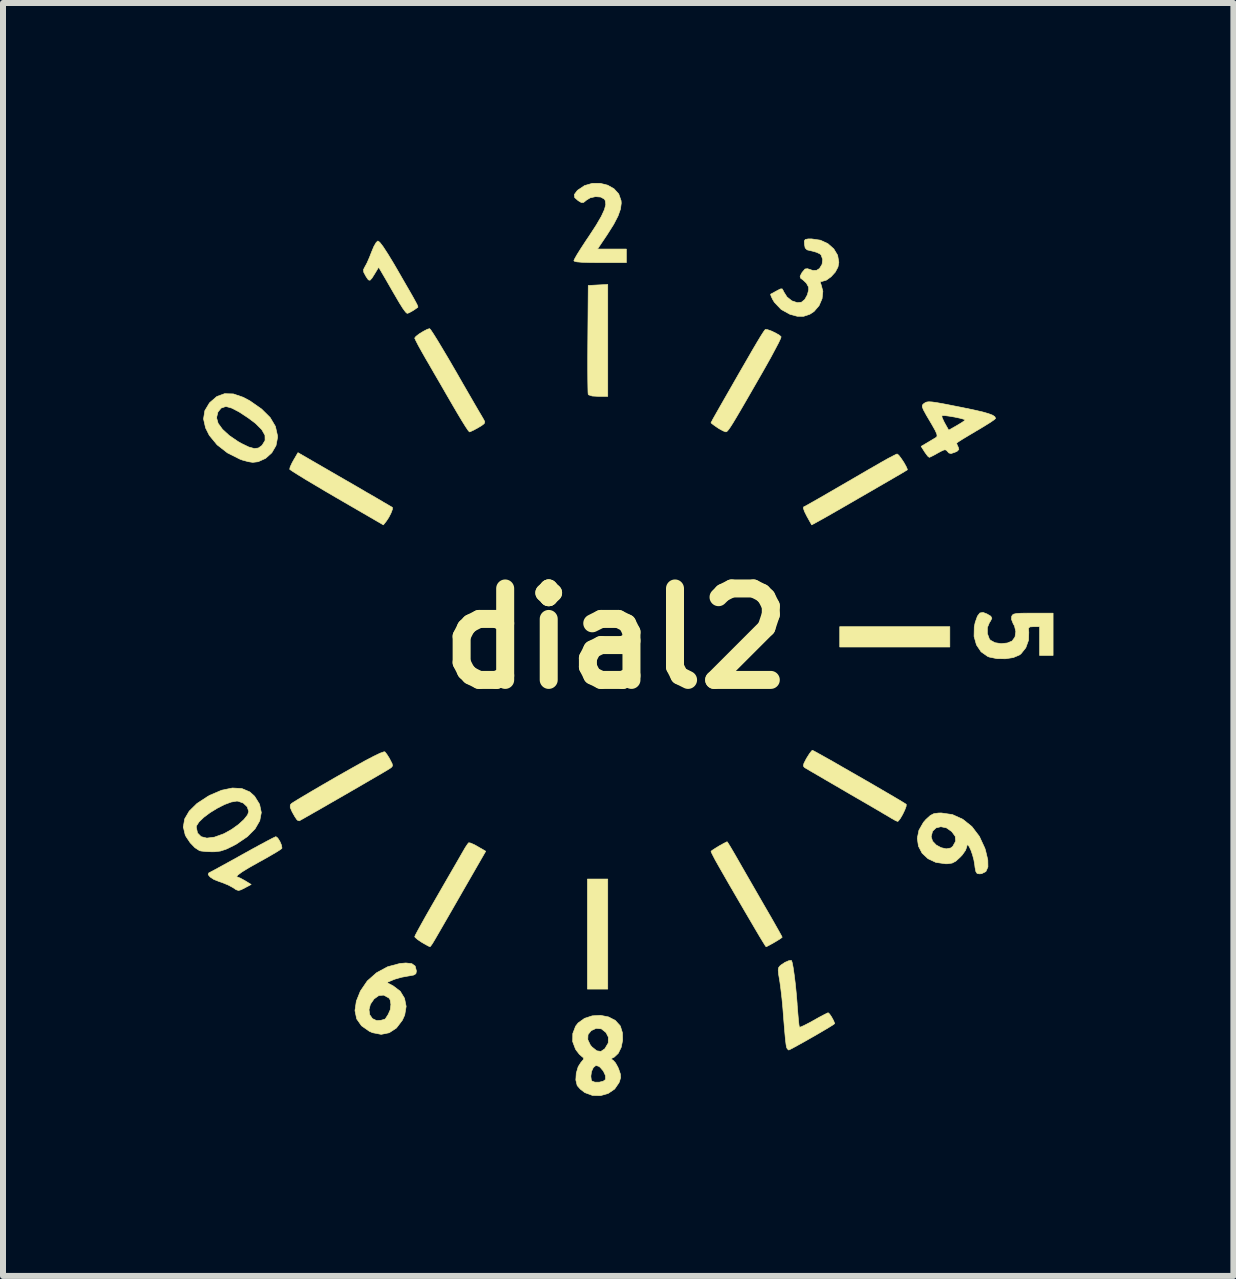
<source format=kicad_pcb>
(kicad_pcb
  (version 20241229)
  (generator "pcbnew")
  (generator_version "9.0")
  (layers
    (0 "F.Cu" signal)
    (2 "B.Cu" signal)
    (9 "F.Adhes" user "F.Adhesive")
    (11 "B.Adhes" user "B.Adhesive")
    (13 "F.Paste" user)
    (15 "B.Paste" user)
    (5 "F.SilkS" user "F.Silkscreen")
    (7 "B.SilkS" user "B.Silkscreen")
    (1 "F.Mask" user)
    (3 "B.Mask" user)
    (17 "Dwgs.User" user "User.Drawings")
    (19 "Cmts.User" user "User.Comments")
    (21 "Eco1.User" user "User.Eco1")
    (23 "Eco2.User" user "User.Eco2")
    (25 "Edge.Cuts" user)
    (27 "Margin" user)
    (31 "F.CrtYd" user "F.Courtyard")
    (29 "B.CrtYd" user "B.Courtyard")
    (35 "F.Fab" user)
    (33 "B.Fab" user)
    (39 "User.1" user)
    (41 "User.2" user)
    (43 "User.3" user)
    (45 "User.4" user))
  (footprint "dial2"
    (layer "F.Cu")
    (at 7.22 7.592)
    (property "Reference" "dial2" (at 0 0 0) (layer "F.SilkS") (effects (font (size 1.524 1.524) (thickness 0.3))))
    (attr through_hole)
    (fp_poly (pts (xy -0.141 5.842) (xy -0.48 5.842) (xy -0.48 4.008) (xy -0.141 4.008) (xy -0.141 5.842)) (stroke (width 0.01) (type solid)) (fill yes) (layer "F.SilkS"))
    (fp_poly (pts (xy 5.56 0.141) (xy 3.725 0.141) (xy 3.725 -0.198) (xy 5.56 -0.198) (xy 5.56 0.141)) (stroke (width 0.01) (type solid)) (fill yes) (layer "F.SilkS"))
    (fp_poly (pts (xy -0.141 -4.036) (xy -0.297 -4.036) (xy -0.401 -4.042) (xy -0.459 -4.061) (xy -0.467 -4.071) (xy -0.47 -4.107) (xy -0.472 -4.193) (xy -0.474 -4.32) (xy -0.475 -4.483) (xy -0.475 -4.674) (xy -0.474 -4.886) (xy -0.473 -4.996) (xy -0.466 -5.884) (xy -0.303 -5.893) (xy -0.141 -5.901) (xy -0.141 -4.036)) (stroke (width 0.01) (type solid)) (fill yes) (layer "F.SilkS"))
    (fp_poly (pts (xy -4.522 -2.646) (xy -4.331 -2.536) (xy -4.157 -2.434) (xy -4.004 -2.346) (xy -3.88 -2.273) (xy -3.789 -2.22) (xy -3.738 -2.19) (xy -3.729 -2.184) (xy -3.73 -2.153) (xy -3.753 -2.092) (xy -3.789 -2.021) (xy -3.83 -1.958) (xy -3.832 -1.956) (xy -3.881 -1.894) (xy -4.657 -2.344) (xy -4.847 -2.455) (xy -5.02 -2.558) (xy -5.172 -2.648) (xy -5.295 -2.724) (xy -5.384 -2.78) (xy -5.434 -2.814) (xy -5.442 -2.821) (xy -5.434 -2.859) (xy -5.403 -2.926) (xy -5.377 -2.973) (xy -5.304 -3.098) (xy -4.522 -2.646)) (stroke (width 0.01) (type solid)) (fill yes) (layer "F.SilkS"))
    (fp_poly (pts (xy -2.425 3.409) (xy -2.36 3.438) (xy -2.307 3.468) (xy -2.175 3.545) (xy -2.564 4.221) (xy -2.669 4.404) (xy -2.769 4.578) (xy -2.859 4.734) (xy -2.934 4.864) (xy -2.99 4.961) (xy -3.022 5.016) (xy -3.064 5.086) (xy -3.095 5.129) (xy -3.104 5.136) (xy -3.135 5.123) (xy -3.196 5.089) (xy -3.239 5.064) (xy -3.308 5.018) (xy -3.351 4.981) (xy -3.358 4.968) (xy -3.345 4.938) (xy -3.307 4.866) (xy -3.248 4.759) (xy -3.172 4.623) (xy -3.083 4.467) (xy -3.003 4.328) (xy -2.9 4.149) (xy -2.802 3.979) (xy -2.713 3.825) (xy -2.639 3.697) (xy -2.585 3.603) (xy -2.562 3.563) (xy -2.515 3.482) (xy -2.476 3.424) (xy -2.458 3.403) (xy -2.425 3.409)) (stroke (width 0.01) (type solid)) (fill yes) (layer "F.SilkS"))
    (fp_poly (pts (xy 4.709 -3.055) (xy 4.749 -3.002) (xy 4.794 -2.935) (xy 4.831 -2.869) (xy 4.851 -2.823) (xy 4.851 -2.811) (xy 4.823 -2.794) (xy 4.755 -2.753) (xy 4.652 -2.693) (xy 4.523 -2.618) (xy 4.374 -2.532) (xy 4.214 -2.439) (xy 4.049 -2.344) (xy 3.887 -2.25) (xy 3.736 -2.163) (xy 3.603 -2.087) (xy 3.495 -2.025) (xy 3.42 -1.983) (xy 3.4 -1.972) (xy 3.258 -1.894) (xy 3.177 -2.039) (xy 3.138 -2.117) (xy 3.119 -2.173) (xy 3.123 -2.193) (xy 3.145 -2.204) (xy 3.193 -2.23) (xy 3.272 -2.275) (xy 3.383 -2.338) (xy 3.53 -2.423) (xy 3.716 -2.531) (xy 3.944 -2.663) (xy 4.217 -2.822) (xy 4.296 -2.867) (xy 4.424 -2.941) (xy 4.536 -3.004) (xy 4.623 -3.049) (xy 4.674 -3.074) (xy 4.682 -3.076) (xy 4.709 -3.055)) (stroke (width 0.01) (type solid)) (fill yes) (layer "F.SilkS"))
    (fp_poly (pts (xy -3.942 -6.605) (xy -3.887 -6.534) (xy -3.808 -6.413) (xy -3.706 -6.245) (xy -3.649 -6.147) (xy -3.539 -5.956) (xy -3.454 -5.809) (xy -3.391 -5.699) (xy -3.348 -5.621) (xy -3.321 -5.57) (xy -3.308 -5.539) (xy -3.305 -5.524) (xy -3.307 -5.52) (xy -3.387 -5.465) (xy -3.454 -5.428) (xy -3.485 -5.419) (xy -3.511 -5.442) (xy -3.556 -5.503) (xy -3.612 -5.592) (xy -3.639 -5.638) (xy -3.712 -5.763) (xy -3.788 -5.895) (xy -3.853 -6.008) (xy -3.862 -6.023) (xy -3.959 -6.189) (xy -4.021 -6.086) (xy -4.071 -6.006) (xy -4.104 -5.971) (xy -4.131 -5.978) (xy -4.163 -6.024) (xy -4.173 -6.04) (xy -4.208 -6.105) (xy -4.212 -6.148) (xy -4.188 -6.196) (xy -4.185 -6.2) (xy -4.152 -6.262) (xy -4.111 -6.356) (xy -4.077 -6.443) (xy -4.039 -6.534) (xy -4.001 -6.6) (xy -3.973 -6.626) (xy -3.942 -6.605)) (stroke (width 0.01) (type solid)) (fill yes) (layer "F.SilkS"))
    (fp_poly (pts (xy -3.856 1.888) (xy -3.823 1.929) (xy -3.78 1.997) (xy -3.769 2.019) (xy -3.735 2.085) (xy -3.728 2.122) (xy -3.748 2.148) (xy -3.769 2.163) (xy -3.802 2.184) (xy -3.876 2.228) (xy -3.985 2.292) (xy -4.12 2.37) (xy -4.274 2.46) (xy -4.44 2.556) (xy -4.61 2.654) (xy -4.777 2.75) (xy -4.933 2.84) (xy -5.072 2.919) (xy -5.184 2.983) (xy -5.264 3.028) (xy -5.281 3.038) (xy -5.312 3.028) (xy -5.327 3.012) (xy -5.358 2.965) (xy -5.398 2.894) (xy -5.404 2.882) (xy -5.433 2.815) (xy -5.432 2.774) (xy -5.414 2.751) (xy -5.381 2.729) (xy -5.305 2.682) (xy -5.193 2.615) (xy -5.051 2.531) (xy -4.885 2.434) (xy -4.702 2.328) (xy -4.632 2.288) (xy -4.388 2.15) (xy -4.191 2.04) (xy -4.04 1.961) (xy -3.934 1.91) (xy -3.872 1.888) (xy -3.856 1.888)) (stroke (width 0.01) (type solid)) (fill yes) (layer "F.SilkS"))
    (fp_poly (pts (xy -3.089 -5.141) (xy -3.045 -5.075) (xy -2.98 -4.971) (xy -2.899 -4.836) (xy -2.804 -4.677) (xy -2.7 -4.498) (xy -2.665 -4.438) (xy -2.558 -4.251) (xy -2.458 -4.078) (xy -2.37 -3.926) (xy -2.297 -3.8) (xy -2.243 -3.709) (xy -2.213 -3.657) (xy -2.209 -3.651) (xy -2.191 -3.613) (xy -2.199 -3.584) (xy -2.243 -3.549) (xy -2.297 -3.517) (xy -2.373 -3.475) (xy -2.429 -3.449) (xy -2.446 -3.444) (xy -2.467 -3.467) (xy -2.511 -3.532) (xy -2.572 -3.63) (xy -2.647 -3.755) (xy -2.723 -3.885) (xy -2.824 -4.059) (xy -2.931 -4.245) (xy -3.037 -4.427) (xy -3.129 -4.587) (xy -3.168 -4.653) (xy -3.238 -4.776) (xy -3.297 -4.882) (xy -3.338 -4.962) (xy -3.358 -5.005) (xy -3.358 -5.009) (xy -3.336 -5.037) (xy -3.281 -5.079) (xy -3.212 -5.121) (xy -3.148 -5.154) (xy -3.11 -5.165) (xy -3.089 -5.141)) (stroke (width 0.01) (type solid)) (fill yes) (layer "F.SilkS"))
    (fp_poly (pts (xy 2.522 -5.148) (xy 2.587 -5.125) (xy 2.66 -5.09) (xy 2.721 -5.054) (xy 2.748 -5.029) (xy 2.739 -4.999) (xy 2.705 -4.927) (xy 2.649 -4.821) (xy 2.577 -4.686) (xy 2.49 -4.531) (xy 2.424 -4.415) (xy 2.283 -4.17) (xy 2.168 -3.97) (xy 2.075 -3.81) (xy 2.002 -3.686) (xy 1.946 -3.593) (xy 1.904 -3.527) (xy 1.874 -3.484) (xy 1.853 -3.459) (xy 1.838 -3.447) (xy 1.826 -3.445) (xy 1.783 -3.46) (xy 1.715 -3.497) (xy 1.686 -3.516) (xy 1.623 -3.56) (xy 1.585 -3.59) (xy 1.58 -3.597) (xy 1.589 -3.614) (xy 1.614 -3.662) (xy 1.659 -3.741) (xy 1.724 -3.856) (xy 1.811 -4.008) (xy 1.921 -4.2) (xy 2.056 -4.436) (xy 2.218 -4.716) (xy 2.269 -4.805) (xy 2.341 -4.927) (xy 2.404 -5.032) (xy 2.453 -5.109) (xy 2.482 -5.148) (xy 2.485 -5.151) (xy 2.522 -5.148)) (stroke (width 0.01) (type solid)) (fill yes) (layer "F.SilkS"))
    (fp_poly (pts (xy 1.865 3.41) (xy 1.904 3.473) (xy 1.96 3.568) (xy 2.028 3.686) (xy 2.054 3.732) (xy 2.139 3.88) (xy 2.242 4.059) (xy 2.352 4.25) (xy 2.459 4.436) (xy 2.509 4.522) (xy 2.591 4.664) (xy 2.662 4.789) (xy 2.718 4.888) (xy 2.754 4.954) (xy 2.766 4.978) (xy 2.744 4.996) (xy 2.69 5.031) (xy 2.621 5.072) (xy 2.554 5.109) (xy 2.508 5.133) (xy 2.497 5.136) (xy 2.481 5.114) (xy 2.442 5.051) (xy 2.386 4.959) (xy 2.32 4.847) (xy 2.32 4.847) (xy 2.147 4.552) (xy 2.002 4.303) (xy 1.881 4.095) (xy 1.784 3.926) (xy 1.708 3.793) (xy 1.651 3.692) (xy 1.613 3.619) (xy 1.59 3.573) (xy 1.581 3.548) (xy 1.58 3.546) (xy 1.602 3.528) (xy 1.656 3.493) (xy 1.725 3.451) (xy 1.792 3.414) (xy 1.839 3.39) (xy 1.849 3.387) (xy 1.865 3.41)) (stroke (width 0.01) (type solid)) (fill yes) (layer "F.SilkS"))
    (fp_poly (pts (xy 3.298 1.876) (xy 3.367 1.914) (xy 3.471 1.972) (xy 3.603 2.046) (xy 3.754 2.133) (xy 3.918 2.227) (xy 4.087 2.324) (xy 4.256 2.421) (xy 4.415 2.514) (xy 4.559 2.598) (xy 4.68 2.669) (xy 4.77 2.723) (xy 4.823 2.756) (xy 4.834 2.763) (xy 4.832 2.796) (xy 4.809 2.858) (xy 4.774 2.931) (xy 4.735 2.998) (xy 4.702 3.041) (xy 4.69 3.048) (xy 4.655 3.034) (xy 4.595 3) (xy 4.586 2.995) (xy 4.54 2.967) (xy 4.451 2.915) (xy 4.329 2.843) (xy 4.18 2.756) (xy 4.012 2.659) (xy 3.838 2.558) (xy 3.662 2.455) (xy 3.5 2.361) (xy 3.36 2.279) (xy 3.248 2.214) (xy 3.171 2.169) (xy 3.137 2.148) (xy 3.137 2.148) (xy 3.119 2.124) (xy 3.128 2.081) (xy 3.166 2.007) (xy 3.174 1.993) (xy 3.22 1.92) (xy 3.256 1.873) (xy 3.27 1.863) (xy 3.298 1.876)) (stroke (width 0.01) (type solid)) (fill yes) (layer "F.SilkS"))
    (fp_poly (pts (xy -5.641 3.325) (xy -5.606 3.38) (xy -5.579 3.443) (xy -5.571 3.491) (xy -5.574 3.499) (xy -5.603 3.521) (xy -5.673 3.565) (xy -5.774 3.624) (xy -5.897 3.694) (xy -5.956 3.726) (xy -6.123 3.82) (xy -6.24 3.892) (xy -6.307 3.942) (xy -6.326 3.971) (xy -6.301 3.979) (xy -6.265 3.993) (xy -6.203 4.027) (xy -6.182 4.039) (xy -6.084 4.099) (xy -6.182 4.151) (xy -6.252 4.187) (xy -6.295 4.199) (xy -6.335 4.186) (xy -6.392 4.148) (xy -6.471 4.106) (xy -6.573 4.065) (xy -6.623 4.048) (xy -6.706 4.015) (xy -6.768 3.974) (xy -6.8 3.935) (xy -6.791 3.907) (xy -6.781 3.902) (xy -6.751 3.886) (xy -6.678 3.847) (xy -6.572 3.789) (xy -6.439 3.716) (xy -6.286 3.631) (xy -6.227 3.598) (xy -6.07 3.511) (xy -5.929 3.434) (xy -5.811 3.371) (xy -5.725 3.326) (xy -5.678 3.304) (xy -5.671 3.302) (xy -5.641 3.325)) (stroke (width 0.01) (type solid)) (fill yes) (layer "F.SilkS"))
    (fp_poly (pts (xy -0.143 -7.556) (xy -0.037 -7.496) (xy 0.042 -7.409) (xy 0.081 -7.298) (xy 0.084 -7.256) (xy 0.071 -7.157) (xy 0.03 -7.042) (xy -0.042 -6.903) (xy -0.15 -6.732) (xy -0.168 -6.705) (xy -0.312 -6.491) (xy 0.169 -6.491) (xy 0.169 -6.265) (xy -0.268 -6.265) (xy -0.447 -6.267) (xy -0.575 -6.271) (xy -0.657 -6.278) (xy -0.698 -6.289) (xy -0.706 -6.299) (xy -0.69 -6.333) (xy -0.649 -6.405) (xy -0.586 -6.505) (xy -0.507 -6.626) (xy -0.453 -6.706) (xy -0.333 -6.89) (xy -0.248 -7.036) (xy -0.196 -7.149) (xy -0.174 -7.234) (xy -0.182 -7.297) (xy -0.198 -7.324) (xy -0.259 -7.358) (xy -0.345 -7.365) (xy -0.434 -7.345) (xy -0.496 -7.307) (xy -0.544 -7.268) (xy -0.582 -7.267) (xy -0.632 -7.296) (xy -0.692 -7.349) (xy -0.698 -7.4) (xy -0.652 -7.462) (xy -0.642 -7.472) (xy -0.528 -7.549) (xy -0.4 -7.586) (xy -0.268 -7.587) (xy -0.143 -7.556)) (stroke (width 0.01) (type solid)) (fill yes) (layer "F.SilkS"))
    (fp_poly (pts (xy 6.179 -0.41) (xy 6.243 -0.372) (xy 6.26 -0.337) (xy 6.236 -0.288) (xy 6.222 -0.27) (xy 6.186 -0.183) (xy 6.186 -0.082) (xy 6.219 0.007) (xy 6.237 0.028) (xy 6.312 0.069) (xy 6.414 0.085) (xy 6.519 0.074) (xy 6.598 0.041) (xy 6.646 -0.025) (xy 6.66 -0.115) (xy 6.638 -0.21) (xy 6.616 -0.248) (xy 6.588 -0.319) (xy 6.59 -0.367) (xy 6.602 -0.391) (xy 6.625 -0.407) (xy 6.671 -0.417) (xy 6.748 -0.422) (xy 6.866 -0.423) (xy 6.945 -0.423) (xy 7.281 -0.423) (xy 7.281 0.282) (xy 7.056 0.282) (xy 7.056 -0.198) (xy 6.959 -0.198) (xy 6.894 -0.194) (xy 6.871 -0.172) (xy 6.875 -0.115) (xy 6.876 -0.106) (xy 6.872 0.027) (xy 6.826 0.154) (xy 6.746 0.254) (xy 6.72 0.274) (xy 6.618 0.317) (xy 6.486 0.337) (xy 6.346 0.335) (xy 6.219 0.309) (xy 6.192 0.299) (xy 6.081 0.221) (xy 6.004 0.106) (xy 5.964 -0.035) (xy 5.967 -0.193) (xy 5.983 -0.269) (xy 6.02 -0.373) (xy 6.061 -0.426) (xy 6.114 -0.435) (xy 6.179 -0.41)) (stroke (width 0.01) (type solid)) (fill yes) (layer "F.SilkS"))
    (fp_poly (pts (xy -6.381 -4.077) (xy -6.217 -4.021) (xy -6.106 -3.962) (xy -5.91 -3.825) (xy -5.768 -3.684) (xy -5.68 -3.536) (xy -5.645 -3.38) (xy -5.644 -3.352) (xy -5.67 -3.216) (xy -5.74 -3.096) (xy -5.843 -3.003) (xy -5.967 -2.947) (xy -6.058 -2.936) (xy -6.133 -2.948) (xy -6.229 -2.974) (xy -6.268 -2.988) (xy -6.479 -3.094) (xy -6.652 -3.229) (xy -6.782 -3.387) (xy -6.844 -3.511) (xy -6.878 -3.661) (xy -6.875 -3.678) (xy -6.66 -3.678) (xy -6.635 -3.587) (xy -6.562 -3.487) (xy -6.449 -3.383) (xy -6.302 -3.283) (xy -6.248 -3.252) (xy -6.124 -3.192) (xy -6.033 -3.167) (xy -5.964 -3.175) (xy -5.905 -3.217) (xy -5.9 -3.223) (xy -5.852 -3.302) (xy -5.854 -3.388) (xy -5.907 -3.481) (xy -6.012 -3.586) (xy -6.133 -3.677) (xy -6.287 -3.778) (xy -6.406 -3.84) (xy -6.494 -3.865) (xy -6.511 -3.866) (xy -6.584 -3.841) (xy -6.638 -3.775) (xy -6.66 -3.684) (xy -6.66 -3.678) (xy -6.875 -3.678) (xy -6.856 -3.798) (xy -6.78 -3.925) (xy -6.772 -3.934) (xy -6.656 -4.034) (xy -6.527 -4.081) (xy -6.381 -4.077)) (stroke (width 0.01) (type solid)) (fill yes) (layer "F.SilkS"))
    (fp_poly (pts (xy -3.407 5.418) (xy -3.351 5.459) (xy -3.331 5.536) (xy -3.331 5.549) (xy -3.339 5.586) (xy -3.374 5.608) (xy -3.449 5.622) (xy -3.468 5.625) (xy -3.578 5.645) (xy -3.686 5.676) (xy -3.715 5.687) (xy -3.824 5.733) (xy -3.717 5.789) (xy -3.6 5.878) (xy -3.528 5.996) (xy -3.501 6.131) (xy -3.525 6.275) (xy -3.564 6.361) (xy -3.663 6.491) (xy -3.783 6.57) (xy -3.917 6.597) (xy -4.061 6.569) (xy -4.114 6.546) (xy -4.245 6.454) (xy -4.325 6.34) (xy -4.354 6.202) (xy -4.352 6.186) (xy -4.12 6.186) (xy -4.108 6.27) (xy -4.064 6.334) (xy -3.994 6.367) (xy -3.923 6.363) (xy -3.869 6.348) (xy -3.85 6.341) (xy -3.834 6.317) (xy -3.801 6.266) (xy -3.766 6.187) (xy -3.755 6.098) (xy -3.767 6.022) (xy -3.789 5.99) (xy -3.876 5.943) (xy -3.957 5.95) (xy -4.036 6.007) (xy -4.097 6.095) (xy -4.12 6.186) (xy -4.352 6.186) (xy -4.331 6.043) (xy -4.264 5.876) (xy -4.149 5.707) (xy -3.994 5.57) (xy -3.809 5.47) (xy -3.607 5.416) (xy -3.506 5.407) (xy -3.407 5.418)) (stroke (width 0.01) (type solid)) (fill yes) (layer "F.SilkS"))
    (fp_poly (pts (xy -6.239 2.5) (xy -6.107 2.556) (xy -6.027 2.628) (xy -5.944 2.762) (xy -5.915 2.9) (xy -5.941 3.037) (xy -6.019 3.172) (xy -6.148 3.302) (xy -6.328 3.424) (xy -6.387 3.456) (xy -6.504 3.512) (xy -6.597 3.542) (xy -6.689 3.553) (xy -6.74 3.554) (xy -6.836 3.55) (xy -6.913 3.542) (xy -6.943 3.536) (xy -7.02 3.487) (xy -7.1 3.404) (xy -7.167 3.304) (xy -7.183 3.274) (xy -7.214 3.143) (xy -6.999 3.143) (xy -6.978 3.241) (xy -6.918 3.302) (xy -6.823 3.326) (xy -6.696 3.31) (xy -6.544 3.255) (xy -6.531 3.249) (xy -6.409 3.181) (xy -6.296 3.1) (xy -6.205 3.017) (xy -6.144 2.94) (xy -6.124 2.883) (xy -6.15 2.804) (xy -6.215 2.742) (xy -6.302 2.711) (xy -6.324 2.709) (xy -6.417 2.725) (xy -6.53 2.767) (xy -6.651 2.829) (xy -6.77 2.902) (xy -6.874 2.98) (xy -6.953 3.056) (xy -6.995 3.121) (xy -6.999 3.143) (xy -7.214 3.143) (xy -7.215 3.14) (xy -7.192 3.006) (xy -7.116 2.876) (xy -6.988 2.75) (xy -6.81 2.633) (xy -6.773 2.612) (xy -6.576 2.528) (xy -6.397 2.491) (xy -6.239 2.5)) (stroke (width 0.01) (type solid)) (fill yes) (layer "F.SilkS"))
    (fp_poly (pts (xy 2.922 5.368) (xy 2.934 5.405) (xy 2.95 5.489) (xy 2.967 5.608) (xy 2.985 5.754) (xy 3.001 5.915) (xy 3.015 6.082) (xy 3.016 6.108) (xy 3.027 6.244) (xy 3.037 6.358) (xy 3.046 6.44) (xy 3.053 6.477) (xy 3.054 6.478) (xy 3.082 6.471) (xy 3.148 6.44) (xy 3.239 6.393) (xy 3.29 6.364) (xy 3.39 6.308) (xy 3.472 6.265) (xy 3.523 6.24) (xy 3.533 6.237) (xy 3.557 6.259) (xy 3.591 6.31) (xy 3.623 6.369) (xy 3.64 6.413) (xy 3.641 6.417) (xy 3.618 6.435) (xy 3.556 6.474) (xy 3.464 6.529) (xy 3.355 6.593) (xy 3.236 6.661) (xy 3.12 6.727) (xy 3.015 6.785) (xy 2.933 6.83) (xy 2.883 6.855) (xy 2.873 6.858) (xy 2.85 6.836) (xy 2.839 6.812) (xy 2.831 6.769) (xy 2.82 6.681) (xy 2.809 6.558) (xy 2.797 6.413) (xy 2.791 6.34) (xy 2.778 6.169) (xy 2.762 5.998) (xy 2.744 5.844) (xy 2.728 5.725) (xy 2.724 5.701) (xy 2.706 5.593) (xy 2.7 5.526) (xy 2.706 5.486) (xy 2.727 5.458) (xy 2.748 5.44) (xy 2.814 5.396) (xy 2.877 5.369) (xy 2.918 5.365) (xy 2.922 5.368)) (stroke (width 0.01) (type solid)) (fill yes) (layer "F.SilkS"))
    (fp_poly (pts (xy 5.604 2.934) (xy 5.776 3.012) (xy 5.928 3.134) (xy 6.052 3.297) (xy 6.144 3.495) (xy 6.155 3.531) (xy 6.193 3.69) (xy 6.195 3.807) (xy 6.161 3.883) (xy 6.09 3.919) (xy 6.051 3.922) (xy 6.015 3.915) (xy 5.994 3.884) (xy 5.98 3.815) (xy 5.975 3.771) (xy 5.961 3.689) (xy 5.938 3.604) (xy 5.911 3.527) (xy 5.883 3.468) (xy 5.86 3.438) (xy 5.846 3.446) (xy 5.843 3.468) (xy 5.822 3.529) (xy 5.767 3.607) (xy 5.732 3.644) (xy 5.66 3.71) (xy 5.599 3.742) (xy 5.525 3.753) (xy 5.491 3.754) (xy 5.328 3.731) (xy 5.196 3.669) (xy 5.097 3.576) (xy 5.037 3.46) (xy 5.018 3.33) (xy 5.023 3.304) (xy 5.249 3.304) (xy 5.273 3.378) (xy 5.333 3.441) (xy 5.414 3.485) (xy 5.5 3.505) (xy 5.575 3.491) (xy 5.609 3.464) (xy 5.657 3.377) (xy 5.65 3.296) (xy 5.592 3.217) (xy 5.503 3.155) (xy 5.411 3.136) (xy 5.33 3.156) (xy 5.272 3.212) (xy 5.249 3.302) (xy 5.249 3.304) (xy 5.023 3.304) (xy 5.045 3.195) (xy 5.121 3.062) (xy 5.164 3.013) (xy 5.235 2.949) (xy 5.295 2.918) (xy 5.373 2.908) (xy 5.417 2.907) (xy 5.604 2.934)) (stroke (width 0.01) (type solid)) (fill yes) (layer "F.SilkS"))
    (fp_poly (pts (xy 3.403 -6.639) (xy 3.528 -6.581) (xy 3.626 -6.494) (xy 3.69 -6.388) (xy 3.71 -6.271) (xy 3.696 -6.192) (xy 3.651 -6.107) (xy 3.58 -6.029) (xy 3.502 -5.973) (xy 3.44 -5.955) (xy 3.402 -5.947) (xy 3.408 -5.912) (xy 3.414 -5.9) (xy 3.444 -5.788) (xy 3.431 -5.665) (xy 3.38 -5.547) (xy 3.296 -5.45) (xy 3.227 -5.405) (xy 3.123 -5.37) (xy 3.017 -5.371) (xy 2.897 -5.403) (xy 2.75 -5.484) (xy 2.636 -5.604) (xy 2.606 -5.654) (xy 2.58 -5.71) (xy 2.573 -5.738) (xy 2.573 -5.739) (xy 2.601 -5.754) (xy 2.659 -5.786) (xy 2.674 -5.794) (xy 2.735 -5.826) (xy 2.765 -5.828) (xy 2.784 -5.797) (xy 2.791 -5.78) (xy 2.846 -5.693) (xy 2.927 -5.628) (xy 3.017 -5.598) (xy 3.087 -5.605) (xy 3.143 -5.651) (xy 3.186 -5.729) (xy 3.208 -5.814) (xy 3.205 -5.859) (xy 3.169 -5.924) (xy 3.118 -5.972) (xy 3.073 -6.006) (xy 3.065 -6.038) (xy 3.092 -6.091) (xy 3.097 -6.1) (xy 3.147 -6.159) (xy 3.188 -6.164) (xy 3.278 -6.134) (xy 3.34 -6.137) (xy 3.388 -6.167) (xy 3.431 -6.237) (xy 3.441 -6.319) (xy 3.415 -6.391) (xy 3.399 -6.408) (xy 3.343 -6.436) (xy 3.262 -6.459) (xy 3.251 -6.461) (xy 3.181 -6.478) (xy 3.149 -6.51) (xy 3.138 -6.569) (xy 3.135 -6.625) (xy 3.151 -6.651) (xy 3.198 -6.66) (xy 3.259 -6.66) (xy 3.403 -6.639)) (stroke (width 0.01) (type solid)) (fill yes) (layer "F.SilkS"))
    (fp_poly (pts (xy 5.264 -3.943) (xy 5.342 -3.932) (xy 5.454 -3.912) (xy 5.607 -3.882) (xy 5.754 -3.853) (xy 5.952 -3.812) (xy 6.101 -3.778) (xy 6.206 -3.748) (xy 6.274 -3.722) (xy 6.31 -3.697) (xy 6.322 -3.67) (xy 6.322 -3.668) (xy 6.299 -3.647) (xy 6.236 -3.603) (xy 6.141 -3.544) (xy 6.025 -3.474) (xy 5.997 -3.458) (xy 5.878 -3.387) (xy 5.778 -3.327) (xy 5.707 -3.282) (xy 5.674 -3.258) (xy 5.673 -3.256) (xy 5.684 -3.222) (xy 5.7 -3.19) (xy 5.71 -3.151) (xy 5.681 -3.121) (xy 5.643 -3.104) (xy 5.58 -3.083) (xy 5.543 -3.093) (xy 5.522 -3.117) (xy 5.498 -3.142) (xy 5.466 -3.145) (xy 5.413 -3.121) (xy 5.361 -3.093) (xy 5.286 -3.051) (xy 5.232 -3.025) (xy 5.217 -3.02) (xy 5.191 -3.041) (xy 5.151 -3.095) (xy 5.14 -3.111) (xy 5.082 -3.203) (xy 5.187 -3.265) (xy 5.262 -3.31) (xy 5.322 -3.346) (xy 5.333 -3.353) (xy 5.348 -3.372) (xy 5.343 -3.409) (xy 5.315 -3.471) (xy 5.261 -3.567) (xy 5.225 -3.628) (xy 5.174 -3.714) (xy 5.427 -3.714) (xy 5.431 -3.684) (xy 5.458 -3.623) (xy 5.477 -3.587) (xy 5.541 -3.473) (xy 5.677 -3.55) (xy 5.752 -3.595) (xy 5.802 -3.629) (xy 5.814 -3.643) (xy 5.789 -3.656) (xy 5.725 -3.673) (xy 5.64 -3.691) (xy 5.551 -3.706) (xy 5.476 -3.716) (xy 5.431 -3.716) (xy 5.427 -3.714) (xy 5.174 -3.714) (xy 5.159 -3.741) (xy 5.118 -3.816) (xy 5.101 -3.863) (xy 5.103 -3.891) (xy 5.122 -3.912) (xy 5.126 -3.915) (xy 5.15 -3.931) (xy 5.176 -3.942) (xy 5.211 -3.946) (xy 5.264 -3.943)) (stroke (width 0.01) (type solid)) (fill yes) (layer "F.SilkS"))
    (fp_poly (pts (xy -0.129 6.306) (xy -0.016 6.364) (xy 0.065 6.453) (xy 0.07 6.462) (xy 0.104 6.572) (xy 0.107 6.694) (xy 0.083 6.813) (xy 0.034 6.913) (xy -0.034 6.977) (xy -0.05 6.984) (xy -0.084 7.002) (xy -0.066 7.021) (xy -0.052 7.029) (xy -0.013 7.071) (xy 0.028 7.144) (xy 0.042 7.178) (xy 0.07 7.26) (xy 0.073 7.319) (xy 0.054 7.384) (xy 0.046 7.403) (xy -0.026 7.508) (xy -0.133 7.581) (xy -0.261 7.618) (xy -0.395 7.615) (xy -0.522 7.568) (xy -0.527 7.565) (xy -0.597 7.511) (xy -0.648 7.453) (xy -0.651 7.448) (xy -0.673 7.357) (xy -0.669 7.295) (xy -0.423 7.295) (xy -0.415 7.359) (xy -0.405 7.375) (xy -0.355 7.394) (xy -0.284 7.394) (xy -0.217 7.378) (xy -0.178 7.349) (xy -0.178 7.347) (xy -0.179 7.284) (xy -0.214 7.209) (xy -0.269 7.145) (xy -0.291 7.129) (xy -0.338 7.115) (xy -0.378 7.147) (xy -0.383 7.153) (xy -0.412 7.217) (xy -0.423 7.295) (xy -0.669 7.295) (xy -0.666 7.245) (xy -0.634 7.137) (xy -0.589 7.066) (xy -0.547 7.016) (xy -0.543 6.989) (xy -0.569 6.969) (xy -0.614 6.929) (xy -0.666 6.862) (xy -0.679 6.842) (xy -0.726 6.717) (xy -0.725 6.685) (xy -0.474 6.685) (xy -0.431 6.775) (xy -0.404 6.807) (xy -0.324 6.871) (xy -0.255 6.881) (xy -0.191 6.838) (xy -0.19 6.837) (xy -0.133 6.741) (xy -0.131 6.643) (xy -0.17 6.567) (xy -0.247 6.505) (xy -0.335 6.497) (xy -0.417 6.535) (xy -0.47 6.601) (xy -0.474 6.685) (xy -0.725 6.685) (xy -0.724 6.584) (xy -0.677 6.461) (xy -0.635 6.407) (xy -0.528 6.33) (xy -0.399 6.288) (xy -0.261 6.28) (xy -0.129 6.306)) (stroke (width 0.01) (type solid)) (fill yes) (layer "F.SilkS")))
  (gr_rect
    (start -3 -3)
    (end 17.506 18.215)
    (stroke (width 0.1) (type default))
    (fill no)
    (layer "Edge.Cuts")))
</source>
